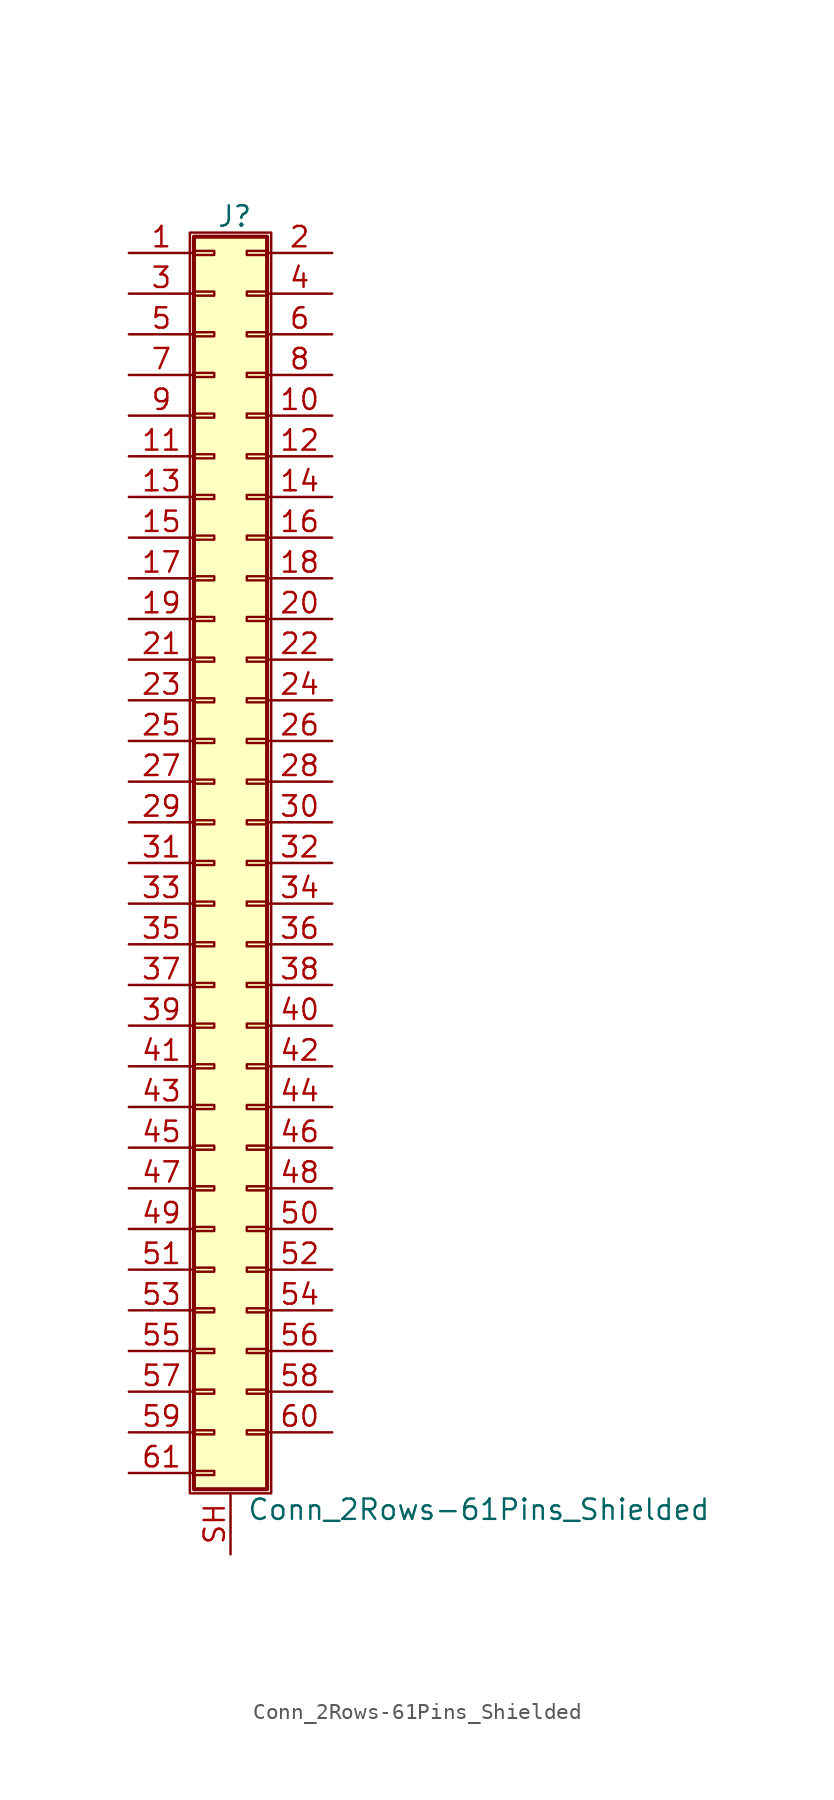
<source format=kicad_sym>
(kicad_symbol_lib
  (version 20201005)
  (generator kicad_symbol_editor)
  (symbol "Connector_Generic_Shielded:Conn_2Rows-61Pins_Shielded"
    (pin_names
      (offset 1.016) hide)
    (property "Reference" "J"
      (at 1.524 40.386 0)
      (effects (font (size 1.27 1.27))))
    (property "Value" "Conn_2Rows-61Pins_Shielded"
      (at 2.286 -40.386 0)
      (effects (font (size 1.27 1.27)) (justify left)))
    (symbol "Conn_2Rows-61Pins_Shielded_1_1"
      (rectangle (start -1.016 -27.813) (end 0.254 -28.067) (stroke (width 0.152)) (fill (type none)))
      (rectangle (start -1.016 -30.353) (end 0.254 -30.607) (stroke (width 0.152)) (fill (type none)))
      (rectangle (start -1.016 -32.893) (end 0.254 -33.147) (stroke (width 0.152)) (fill (type none)))
      (rectangle (start -1.016 -35.433) (end 0.254 -35.687) (stroke (width 0.152)) (fill (type none)))
      (rectangle (start -1.016 -37.973) (end 0.254 -38.227) (stroke (width 0.152)) (fill (type none)))
      (rectangle (start -1.016 -4.953) (end 0.254 -5.207) (stroke (width 0.152)) (fill (type none)))
      (rectangle (start -1.016 -7.493) (end 0.254 -7.747) (stroke (width 0.152)) (fill (type none)))
      (rectangle (start -1.016 -10.033) (end 0.254 -10.287) (stroke (width 0.152)) (fill (type none)))
      (rectangle (start -1.016 -12.573) (end 0.254 -12.827) (stroke (width 0.152)) (fill (type none)))
      (rectangle (start -1.016 -15.113) (end 0.254 -15.367) (stroke (width 0.152)) (fill (type none)))
      (rectangle (start -1.016 -17.653) (end 0.254 -17.907) (stroke (width 0.152)) (fill (type none)))
      (rectangle (start -1.016 -20.193) (end 0.254 -20.447) (stroke (width 0.152)) (fill (type none)))
      (rectangle (start -1.016 -22.733) (end 0.254 -22.987) (stroke (width 0.152)) (fill (type none)))
      (rectangle (start -1.016 -2.413) (end 0.254 -2.667) (stroke (width 0.152)) (fill (type none)))
      (rectangle (start -1.016 -25.273) (end 0.254 -25.527) (stroke (width 0.152)) (fill (type none)))
      (rectangle (start -1.016 25.527) (end 0.254 25.273) (stroke (width 0.152)) (fill (type none)))
      (rectangle (start -1.016 2.667) (end 0.254 2.413) (stroke (width 0.152)) (fill (type none)))
      (rectangle (start -1.016 28.067) (end 0.254 27.813) (stroke (width 0.152)) (fill (type none)))
      (rectangle (start -1.016 30.607) (end 0.254 30.353) (stroke (width 0.152)) (fill (type none)))
      (rectangle (start -1.016 33.147) (end 0.254 32.893) (stroke (width 0.152)) (fill (type none)))
      (rectangle (start -1.016 35.687) (end 0.254 35.433) (stroke (width 0.152)) (fill (type none)))
      (rectangle (start -1.016 38.227) (end 0.254 37.973) (stroke (width 0.152)) (fill (type none)))
      (rectangle (start -1.016 39.116) (end 3.556 -39.116) (stroke (width 0.254)) (fill (type background)))
      (rectangle (start -1.016 5.207) (end 0.254 4.953) (stroke (width 0.152)) (fill (type none)))
      (rectangle (start -1.016 7.747) (end 0.254 7.493) (stroke (width 0.152)) (fill (type none)))
      (rectangle (start -1.016 10.287) (end 0.254 10.033) (stroke (width 0.152)) (fill (type none)))
      (rectangle (start -1.016 0.127) (end 0.254 -0.127) (stroke (width 0.152)) (fill (type none)))
      (rectangle (start -1.016 12.827) (end 0.254 12.573) (stroke (width 0.152)) (fill (type none)))
      (rectangle (start -1.016 15.367) (end 0.254 15.113) (stroke (width 0.152)) (fill (type none)))
      (rectangle (start -1.016 17.907) (end 0.254 17.653) (stroke (width 0.152)) (fill (type none)))
      (rectangle (start -1.016 20.447) (end 0.254 20.193) (stroke (width 0.152)) (fill (type none)))
      (rectangle (start -1.016 22.987) (end 0.254 22.733) (stroke (width 0.152)) (fill (type none)))
      (rectangle (start -1.27 39.37) (end 3.81 -39.37) (stroke (width 0.152)) (fill (type none)))
      (rectangle (start 3.556 -27.813) (end 2.286 -28.067) (stroke (width 0.152)) (fill (type none)))
      (rectangle (start 3.556 -30.353) (end 2.286 -30.607) (stroke (width 0.152)) (fill (type none)))
      (rectangle (start 3.556 -32.893) (end 2.286 -33.147) (stroke (width 0.152)) (fill (type none)))
      (rectangle (start 3.556 -35.433) (end 2.286 -35.687) (stroke (width 0.152)) (fill (type none)))
      (rectangle (start 3.556 -4.953) (end 2.286 -5.207) (stroke (width 0.152)) (fill (type none)))
      (rectangle (start 3.556 -7.493) (end 2.286 -7.747) (stroke (width 0.152)) (fill (type none)))
      (rectangle (start 3.556 -10.033) (end 2.286 -10.287) (stroke (width 0.152)) (fill (type none)))
      (rectangle (start 3.556 -12.573) (end 2.286 -12.827) (stroke (width 0.152)) (fill (type none)))
      (rectangle (start 3.556 -15.113) (end 2.286 -15.367) (stroke (width 0.152)) (fill (type none)))
      (rectangle (start 3.556 -17.653) (end 2.286 -17.907) (stroke (width 0.152)) (fill (type none)))
      (rectangle (start 3.556 -20.193) (end 2.286 -20.447) (stroke (width 0.152)) (fill (type none)))
      (rectangle (start 3.556 -22.733) (end 2.286 -22.987) (stroke (width 0.152)) (fill (type none)))
      (rectangle (start 3.556 -2.413) (end 2.286 -2.667) (stroke (width 0.152)) (fill (type none)))
      (rectangle (start 3.556 -25.273) (end 2.286 -25.527) (stroke (width 0.152)) (fill (type none)))
      (rectangle (start 3.556 25.527) (end 2.286 25.273) (stroke (width 0.152)) (fill (type none)))
      (rectangle (start 3.556 2.667) (end 2.286 2.413) (stroke (width 0.152)) (fill (type none)))
      (rectangle (start 3.556 28.067) (end 2.286 27.813) (stroke (width 0.152)) (fill (type none)))
      (rectangle (start 3.556 30.607) (end 2.286 30.353) (stroke (width 0.152)) (fill (type none)))
      (rectangle (start 3.556 33.147) (end 2.286 32.893) (stroke (width 0.152)) (fill (type none)))
      (rectangle (start 3.556 35.687) (end 2.286 35.433) (stroke (width 0.152)) (fill (type none)))
      (rectangle (start 3.556 38.227) (end 2.286 37.973) (stroke (width 0.152)) (fill (type none)))
      (rectangle (start 3.556 5.207) (end 2.286 4.953) (stroke (width 0.152)) (fill (type none)))
      (rectangle (start 3.556 7.747) (end 2.286 7.493) (stroke (width 0.152)) (fill (type none)))
      (rectangle (start 3.556 10.287) (end 2.286 10.033) (stroke (width 0.152)) (fill (type none)))
      (rectangle (start 3.556 0.127) (end 2.286 -0.127) (stroke (width 0.152)) (fill (type none)))
      (rectangle (start 3.556 12.827) (end 2.286 12.573) (stroke (width 0.152)) (fill (type none)))
      (rectangle (start 3.556 15.367) (end 2.286 15.113) (stroke (width 0.152)) (fill (type none)))
      (rectangle (start 3.556 17.907) (end 2.286 17.653) (stroke (width 0.152)) (fill (type none)))
      (rectangle (start 3.556 20.447) (end 2.286 20.193) (stroke (width 0.152)) (fill (type none)))
      (rectangle (start 3.556 22.987) (end 2.286 22.733) (stroke (width 0.152)) (fill (type none)))
      (pin passive line (at -5.08 38.1 0) (length 4.064) (name "Pin_1" (effects (font (size 1.27 1.27)))) (number "1" (effects (font (size 1.27 1.27)))))
      (pin passive line (at 7.62 27.94 180) (length 4.064) (name "Pin_10" (effects (font (size 1.27 1.27)))) (number "10" (effects (font (size 1.27 1.27)))))
      (pin passive line (at -5.08 25.4 0) (length 4.064) (name "Pin_11" (effects (font (size 1.27 1.27)))) (number "11" (effects (font (size 1.27 1.27)))))
      (pin passive line (at 7.62 25.4 180) (length 4.064) (name "Pin_12" (effects (font (size 1.27 1.27)))) (number "12" (effects (font (size 1.27 1.27)))))
      (pin passive line (at -5.08 22.86 0) (length 4.064) (name "Pin_13" (effects (font (size 1.27 1.27)))) (number "13" (effects (font (size 1.27 1.27)))))
      (pin passive line (at 7.62 22.86 180) (length 4.064) (name "Pin_14" (effects (font (size 1.27 1.27)))) (number "14" (effects (font (size 1.27 1.27)))))
      (pin passive line (at -5.08 20.32 0) (length 4.064) (name "Pin_15" (effects (font (size 1.27 1.27)))) (number "15" (effects (font (size 1.27 1.27)))))
      (pin passive line (at 7.62 20.32 180) (length 4.064) (name "Pin_16" (effects (font (size 1.27 1.27)))) (number "16" (effects (font (size 1.27 1.27)))))
      (pin passive line (at -5.08 17.78 0) (length 4.064) (name "Pin_17" (effects (font (size 1.27 1.27)))) (number "17" (effects (font (size 1.27 1.27)))))
      (pin passive line (at 7.62 17.78 180) (length 4.064) (name "Pin_18" (effects (font (size 1.27 1.27)))) (number "18" (effects (font (size 1.27 1.27)))))
      (pin passive line (at -5.08 15.24 0) (length 4.064) (name "Pin_19" (effects (font (size 1.27 1.27)))) (number "19" (effects (font (size 1.27 1.27)))))
      (pin passive line (at 7.62 38.1 180) (length 4.064) (name "Pin_2" (effects (font (size 1.27 1.27)))) (number "2" (effects (font (size 1.27 1.27)))))
      (pin passive line (at 7.62 15.24 180) (length 4.064) (name "Pin_20" (effects (font (size 1.27 1.27)))) (number "20" (effects (font (size 1.27 1.27)))))
      (pin passive line (at -5.08 12.7 0) (length 4.064) (name "Pin_21" (effects (font (size 1.27 1.27)))) (number "21" (effects (font (size 1.27 1.27)))))
      (pin passive line (at 7.62 12.7 180) (length 4.064) (name "Pin_22" (effects (font (size 1.27 1.27)))) (number "22" (effects (font (size 1.27 1.27)))))
      (pin passive line (at -5.08 10.16 0) (length 4.064) (name "Pin_23" (effects (font (size 1.27 1.27)))) (number "23" (effects (font (size 1.27 1.27)))))
      (pin passive line (at 7.62 10.16 180) (length 4.064) (name "Pin_24" (effects (font (size 1.27 1.27)))) (number "24" (effects (font (size 1.27 1.27)))))
      (pin passive line (at -5.08 7.62 0) (length 4.064) (name "Pin_25" (effects (font (size 1.27 1.27)))) (number "25" (effects (font (size 1.27 1.27)))))
      (pin passive line (at 7.62 7.62 180) (length 4.064) (name "Pin_26" (effects (font (size 1.27 1.27)))) (number "26" (effects (font (size 1.27 1.27)))))
      (pin passive line (at -5.08 5.08 0) (length 4.064) (name "Pin_27" (effects (font (size 1.27 1.27)))) (number "27" (effects (font (size 1.27 1.27)))))
      (pin passive line (at 7.62 5.08 180) (length 4.064) (name "Pin_28" (effects (font (size 1.27 1.27)))) (number "28" (effects (font (size 1.27 1.27)))))
      (pin passive line (at -5.08 2.54 0) (length 4.064) (name "Pin_29" (effects (font (size 1.27 1.27)))) (number "29" (effects (font (size 1.27 1.27)))))
      (pin passive line (at -5.08 35.56 0) (length 4.064) (name "Pin_3" (effects (font (size 1.27 1.27)))) (number "3" (effects (font (size 1.27 1.27)))))
      (pin passive line (at 7.62 2.54 180) (length 4.064) (name "Pin_30" (effects (font (size 1.27 1.27)))) (number "30" (effects (font (size 1.27 1.27)))))
      (pin passive line (at -5.08 0 0) (length 4.064) (name "Pin_31" (effects (font (size 1.27 1.27)))) (number "31" (effects (font (size 1.27 1.27)))))
      (pin passive line (at 7.62 0 180) (length 4.064) (name "Pin_32" (effects (font (size 1.27 1.27)))) (number "32" (effects (font (size 1.27 1.27)))))
      (pin passive line (at -5.08 -2.54 0) (length 4.064) (name "Pin_33" (effects (font (size 1.27 1.27)))) (number "33" (effects (font (size 1.27 1.27)))))
      (pin passive line (at 7.62 -2.54 180) (length 4.064) (name "Pin_34" (effects (font (size 1.27 1.27)))) (number "34" (effects (font (size 1.27 1.27)))))
      (pin passive line (at -5.08 -5.08 0) (length 4.064) (name "Pin_35" (effects (font (size 1.27 1.27)))) (number "35" (effects (font (size 1.27 1.27)))))
      (pin passive line (at 7.62 -5.08 180) (length 4.064) (name "Pin_36" (effects (font (size 1.27 1.27)))) (number "36" (effects (font (size 1.27 1.27)))))
      (pin passive line (at -5.08 -7.62 0) (length 4.064) (name "Pin_37" (effects (font (size 1.27 1.27)))) (number "37" (effects (font (size 1.27 1.27)))))
      (pin passive line (at 7.62 -7.62 180) (length 4.064) (name "Pin_38" (effects (font (size 1.27 1.27)))) (number "38" (effects (font (size 1.27 1.27)))))
      (pin passive line (at -5.08 -10.16 0) (length 4.064) (name "Pin_39" (effects (font (size 1.27 1.27)))) (number "39" (effects (font (size 1.27 1.27)))))
      (pin passive line (at 7.62 35.56 180) (length 4.064) (name "Pin_4" (effects (font (size 1.27 1.27)))) (number "4" (effects (font (size 1.27 1.27)))))
      (pin passive line (at 7.62 -10.16 180) (length 4.064) (name "Pin_40" (effects (font (size 1.27 1.27)))) (number "40" (effects (font (size 1.27 1.27)))))
      (pin passive line (at -5.08 -12.7 0) (length 4.064) (name "Pin_41" (effects (font (size 1.27 1.27)))) (number "41" (effects (font (size 1.27 1.27)))))
      (pin passive line (at 7.62 -12.7 180) (length 4.064) (name "Pin_42" (effects (font (size 1.27 1.27)))) (number "42" (effects (font (size 1.27 1.27)))))
      (pin passive line (at -5.08 -15.24 0) (length 4.064) (name "Pin_43" (effects (font (size 1.27 1.27)))) (number "43" (effects (font (size 1.27 1.27)))))
      (pin passive line (at 7.62 -15.24 180) (length 4.064) (name "Pin_44" (effects (font (size 1.27 1.27)))) (number "44" (effects (font (size 1.27 1.27)))))
      (pin passive line (at -5.08 -17.78 0) (length 4.064) (name "Pin_45" (effects (font (size 1.27 1.27)))) (number "45" (effects (font (size 1.27 1.27)))))
      (pin passive line (at 7.62 -17.78 180) (length 4.064) (name "Pin_46" (effects (font (size 1.27 1.27)))) (number "46" (effects (font (size 1.27 1.27)))))
      (pin passive line (at -5.08 -20.32 0) (length 4.064) (name "Pin_47" (effects (font (size 1.27 1.27)))) (number "47" (effects (font (size 1.27 1.27)))))
      (pin passive line (at 7.62 -20.32 180) (length 4.064) (name "Pin_48" (effects (font (size 1.27 1.27)))) (number "48" (effects (font (size 1.27 1.27)))))
      (pin passive line (at -5.08 -22.86 0) (length 4.064) (name "Pin_49" (effects (font (size 1.27 1.27)))) (number "49" (effects (font (size 1.27 1.27)))))
      (pin passive line (at -5.08 33.02 0) (length 4.064) (name "Pin_5" (effects (font (size 1.27 1.27)))) (number "5" (effects (font (size 1.27 1.27)))))
      (pin passive line (at 7.62 -22.86 180) (length 4.064) (name "Pin_50" (effects (font (size 1.27 1.27)))) (number "50" (effects (font (size 1.27 1.27)))))
      (pin passive line (at -5.08 -25.4 0) (length 4.064) (name "Pin_51" (effects (font (size 1.27 1.27)))) (number "51" (effects (font (size 1.27 1.27)))))
      (pin passive line (at 7.62 -25.4 180) (length 4.064) (name "Pin_52" (effects (font (size 1.27 1.27)))) (number "52" (effects (font (size 1.27 1.27)))))
      (pin passive line (at -5.08 -27.94 0) (length 4.064) (name "Pin_53" (effects (font (size 1.27 1.27)))) (number "53" (effects (font (size 1.27 1.27)))))
      (pin passive line (at 7.62 -27.94 180) (length 4.064) (name "Pin_54" (effects (font (size 1.27 1.27)))) (number "54" (effects (font (size 1.27 1.27)))))
      (pin passive line (at -5.08 -30.48 0) (length 4.064) (name "Pin_55" (effects (font (size 1.27 1.27)))) (number "55" (effects (font (size 1.27 1.27)))))
      (pin passive line (at 7.62 -30.48 180) (length 4.064) (name "Pin_56" (effects (font (size 1.27 1.27)))) (number "56" (effects (font (size 1.27 1.27)))))
      (pin passive line (at -5.08 -33.02 0) (length 4.064) (name "Pin_57" (effects (font (size 1.27 1.27)))) (number "57" (effects (font (size 1.27 1.27)))))
      (pin passive line (at 7.62 -33.02 180) (length 4.064) (name "Pin_58" (effects (font (size 1.27 1.27)))) (number "58" (effects (font (size 1.27 1.27)))))
      (pin passive line (at -5.08 -35.56 0) (length 4.064) (name "Pin_59" (effects (font (size 1.27 1.27)))) (number "59" (effects (font (size 1.27 1.27)))))
      (pin passive line (at 7.62 33.02 180) (length 4.064) (name "Pin_6" (effects (font (size 1.27 1.27)))) (number "6" (effects (font (size 1.27 1.27)))))
      (pin passive line (at 7.62 -35.56 180) (length 4.064) (name "Pin_60" (effects (font (size 1.27 1.27)))) (number "60" (effects (font (size 1.27 1.27)))))
      (pin passive line (at -5.08 -38.1 0) (length 4.064) (name "Pin_61" (effects (font (size 1.27 1.27)))) (number "61" (effects (font (size 1.27 1.27)))))
      (pin passive line (at -5.08 30.48 0) (length 4.064) (name "Pin_7" (effects (font (size 1.27 1.27)))) (number "7" (effects (font (size 1.27 1.27)))))
      (pin passive line (at 7.62 30.48 180) (length 4.064) (name "Pin_8" (effects (font (size 1.27 1.27)))) (number "8" (effects (font (size 1.27 1.27)))))
      (pin passive line (at -5.08 27.94 0) (length 4.064) (name "Pin_9" (effects (font (size 1.27 1.27)))) (number "9" (effects (font (size 1.27 1.27)))))
      (pin passive line (at 1.27 -43.18 90) (length 3.81) (name "Shield" (effects (font (size 1.27 1.27)))) (number "SH" (effects (font (size 1.27 1.27))))))))
</source>
